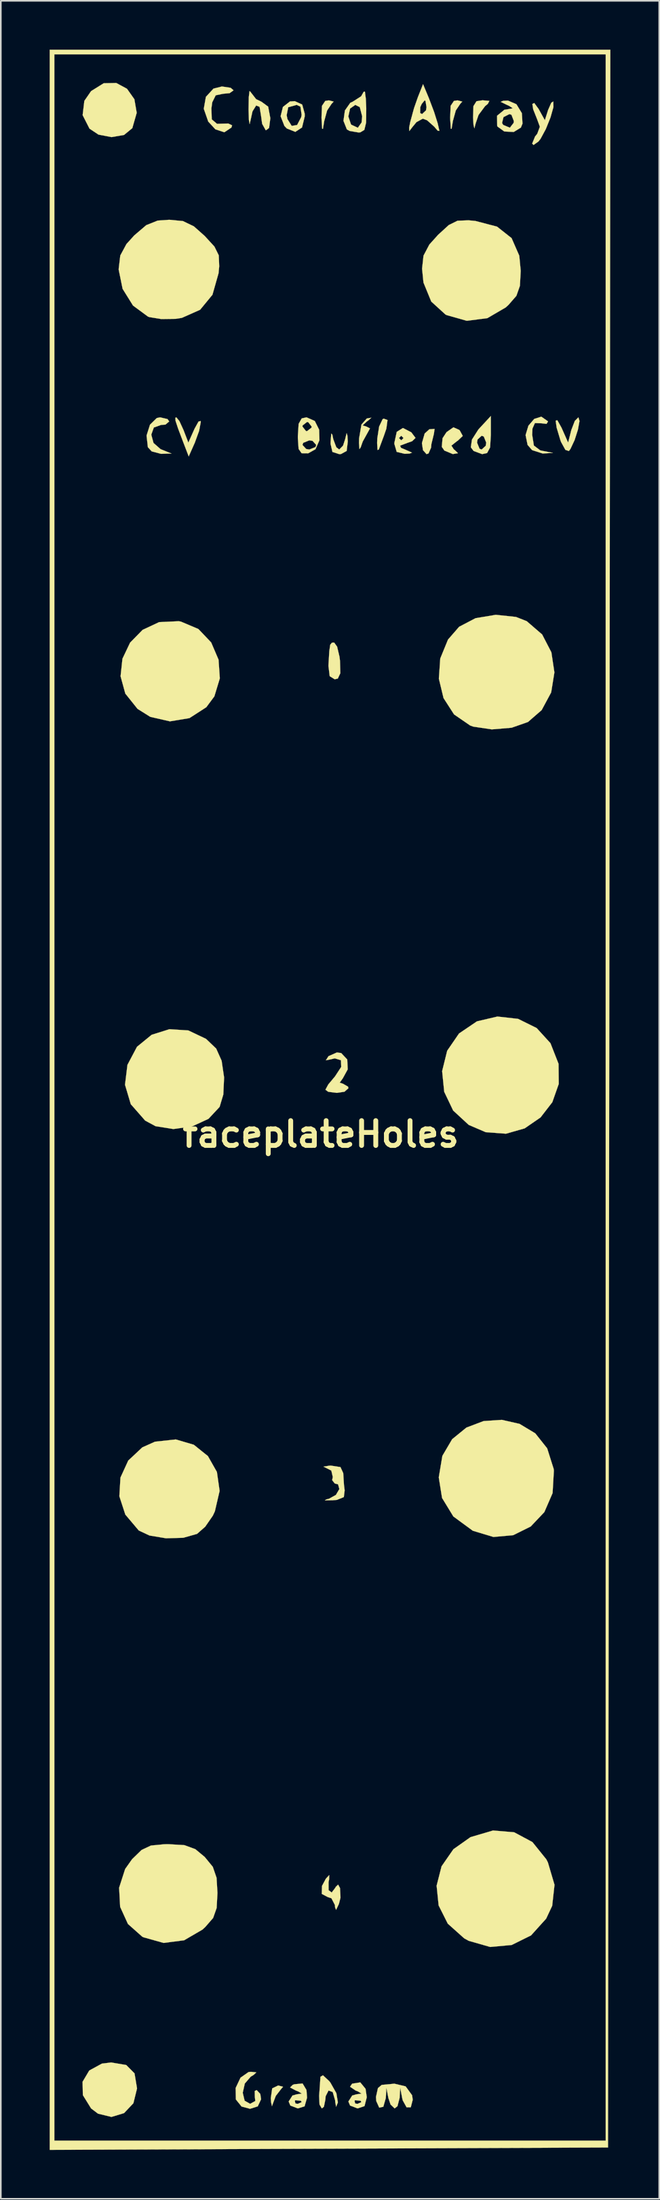
<source format=kicad_pcb>
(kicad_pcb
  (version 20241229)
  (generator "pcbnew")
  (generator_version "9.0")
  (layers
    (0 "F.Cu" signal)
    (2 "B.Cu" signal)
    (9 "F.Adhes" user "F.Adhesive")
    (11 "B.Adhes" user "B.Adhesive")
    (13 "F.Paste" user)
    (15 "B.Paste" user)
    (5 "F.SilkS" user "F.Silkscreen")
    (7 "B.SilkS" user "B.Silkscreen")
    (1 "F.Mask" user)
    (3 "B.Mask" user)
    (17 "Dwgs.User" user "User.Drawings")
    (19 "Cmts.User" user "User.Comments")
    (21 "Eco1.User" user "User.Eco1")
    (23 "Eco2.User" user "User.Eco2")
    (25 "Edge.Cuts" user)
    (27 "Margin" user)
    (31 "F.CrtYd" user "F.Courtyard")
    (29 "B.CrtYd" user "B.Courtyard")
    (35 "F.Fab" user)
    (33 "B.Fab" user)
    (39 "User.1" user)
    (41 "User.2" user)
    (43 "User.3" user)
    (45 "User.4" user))
  (footprint "faceplateHoles"
    (layer "F.Cu")
    (at 16.656 66.609)
    (property "Reference" "faceplateHoles" (at 0 0 0) (layer "F.SilkS") (effects (font (size 1.524 1.524) (thickness 0.3))))
    (attr through_hole)
    (fp_poly (pts (xy -2.611 58.424) (xy -2.32 58.502) (xy -2.437 58.636) (xy -2.768 59.064) (xy -2.898 59.408) (xy -3.001 59.693) (xy -3.057 59.452) (xy -3.072 59.196) (xy -2.987 58.601) (xy -2.623 58.424) (xy -2.611 58.424)) (stroke (width 0.01) (type solid)) (fill yes) (layer "F.SilkS"))
    (fp_poly (pts (xy 6.946 -43.019) (xy 6.79 -42.383) (xy 6.773 -42.169) (xy 6.613 -41.809) (xy 6.491 -41.769) (xy 6.276 -42.009) (xy 6.209 -42.444) (xy 6.379 -43.035) (xy 6.664 -43.294) (xy 6.986 -43.317) (xy 6.946 -43.019)) (stroke (width 0.01) (type solid)) (fill yes) (layer "F.SilkS"))
    (fp_poly (pts (xy 0.786 -63.42) (xy 0.66 -63.283) (xy 0.387 -62.875) (xy 0.209 -62.229) (xy 0.127 -61.742) (xy 0.081 -61.757) (xy 0.048 -62.302) (xy 0.042 -62.442) (xy 0.07 -63.158) (xy 0.271 -63.459) (xy 0.494 -63.496) (xy 0.786 -63.42)) (stroke (width 0.01) (type solid)) (fill yes) (layer "F.SilkS"))
    (fp_poly (pts (xy 4.096 -43.863) (xy 4.024 -43.331) (xy 3.875 -42.898) (xy 3.627 -42.232) (xy 3.561 -42.051) (xy 3.481 -42.024) (xy 3.458 -42.456) (xy 3.468 -42.735) (xy 3.582 -43.465) (xy 3.792 -43.908) (xy 3.858 -43.95) (xy 4.096 -43.863)) (stroke (width 0.01) (type solid)) (fill yes) (layer "F.SilkS"))
    (fp_poly (pts (xy 8.688 -63.42) (xy 8.563 -63.283) (xy 8.29 -62.875) (xy 8.111 -62.229) (xy 8.03 -61.742) (xy 7.983 -61.757) (xy 7.95 -62.302) (xy 7.945 -62.442) (xy 7.973 -63.158) (xy 8.174 -63.459) (xy 8.396 -63.496) (xy 8.688 -63.42)) (stroke (width 0.01) (type solid)) (fill yes) (layer "F.SilkS"))
    (fp_poly (pts (xy 10.351 -63.462) (xy 10.256 -63.278) (xy 10.093 -63.147) (xy 9.687 -62.6) (xy 9.513 -62.089) (xy 9.43 -61.778) (xy 9.376 -62.002) (xy 9.352 -62.442) (xy 9.373 -63.142) (xy 9.562 -63.442) (xy 9.932 -63.5) (xy 10.351 -63.462)) (stroke (width 0.01) (type solid)) (fill yes) (layer "F.SilkS"))
    (fp_poly (pts (xy -11.951 57.166) (xy -11.443 57.679) (xy -11.289 58.602) (xy -11.513 59.512) (xy -12.086 60.118) (xy -12.859 60.353) (xy -13.685 60.153) (xy -14.111 59.831) (xy -14.616 59.015) (xy -14.634 58.193) (xy -14.224 57.503) (xy -13.447 57.079) (xy -12.877 57.009) (xy -11.951 57.166)) (stroke (width 0.01) (type solid)) (fill yes) (layer "F.SilkS"))
    (fp_poly (pts (xy 0.999 -29.947) (xy 1.147 -29.322) (xy 1.177 -29.069) (xy 1.198 -28.315) (xy 1.043 -27.985) (xy 0.854 -27.94) (xy 0.545 -28.13) (xy 0.468 -28.757) (xy 0.472 -28.857) (xy 0.52 -29.665) (xy 0.576 -30.058) (xy 0.678 -30.186) (xy 0.817 -30.198) (xy 0.999 -29.947)) (stroke (width 0.01) (type solid)) (fill yes) (layer "F.SilkS"))
    (fp_poly (pts (xy 17.71 -2.187) (xy 17.639 62.23) (xy 0.494 62.303) (xy -16.651 62.375) (xy -16.651 -66.322) (xy -16.369 -66.322) (xy -16.369 61.807) (xy 17.498 61.807) (xy 17.498 -66.322) (xy -16.369 -66.322) (xy -16.651 -66.322) (xy -16.651 -66.604) (xy 17.781 -66.604) (xy 17.71 -2.187)) (stroke (width 0.01) (type solid)) (fill yes) (layer "F.SilkS"))
    (fp_poly (pts (xy -11.905 -64.206) (xy -11.452 -63.564) (xy -11.309 -62.731) (xy -11.577 -61.796) (xy -11.581 -61.788) (xy -12.086 -61.372) (xy -12.854 -61.239) (xy -13.658 -61.392) (xy -14.208 -61.758) (xy -14.63 -62.588) (xy -14.525 -63.465) (xy -14.111 -64.064) (xy -13.335 -64.547) (xy -12.566 -64.563) (xy -11.905 -64.206)) (stroke (width 0.01) (type solid)) (fill yes) (layer "F.SilkS"))
    (fp_poly (pts (xy 2.91 -43.833) (xy 2.822 -43.77) (xy 2.564 -43.53) (xy 2.786 -43.467) (xy 3.019 -43.348) (xy 2.887 -43.109) (xy 2.573 -42.541) (xy 2.451 -42.192) (xy 2.371 -42.077) (xy 2.343 -42.447) (xy 2.35 -42.735) (xy 2.496 -43.587) (xy 2.822 -43.956) (xy 3.102 -44.006) (xy 2.91 -43.833)) (stroke (width 0.01) (type solid)) (fill yes) (layer "F.SilkS"))
    (fp_poly (pts (xy 8.498 -43.258) (xy 8.535 -43.221) (xy 8.717 -42.886) (xy 8.408 -42.591) (xy 8.362 -42.565) (xy 8.019 -42.291) (xy 8.173 -42.054) (xy 8.221 -42.022) (xy 8.424 -41.827) (xy 8.105 -41.773) (xy 7.589 -41.988) (xy 7.431 -42.214) (xy 7.476 -42.745) (xy 7.721 -43.119) (xy 8.143 -43.415) (xy 8.498 -43.258)) (stroke (width 0.01) (type solid)) (fill yes) (layer "F.SilkS"))
    (fp_poly (pts (xy -8.686 -43.795) (xy -8.436 -43.251) (xy -8.137 -42.474) (xy -7.76 -43.321) (xy -7.511 -43.772) (xy -7.379 -43.798) (xy -7.373 -43.744) (xy -7.476 -43.199) (xy -7.737 -42.48) (xy -7.739 -42.474) (xy -8.115 -41.628) (xy -8.44 -42.474) (xy -8.769 -43.345) (xy -8.923 -43.813) (xy -8.936 -43.999) (xy -8.874 -44.027) (xy -8.686 -43.795)) (stroke (width 0.01) (type solid)) (fill yes) (layer "F.SilkS"))
    (fp_poly (pts (xy 1.632 -42.91) (xy 1.655 -42.545) (xy 1.586 -41.964) (xy 1.235 -41.773) (xy 1.129 -41.769) (xy 0.713 -41.903) (xy 0.599 -42.399) (xy 0.603 -42.545) (xy 0.641 -43.029) (xy 0.702 -42.977) (xy 0.764 -42.686) (xy 0.95 -42.191) (xy 1.129 -42.051) (xy 1.364 -42.29) (xy 1.494 -42.686) (xy 1.584 -43.058) (xy 1.632 -42.91)) (stroke (width 0.01) (type solid)) (fill yes) (layer "F.SilkS"))
    (fp_poly (pts (xy -9.417 -43.921) (xy -9.313 -43.776) (xy -9.544 -43.582) (xy -9.807 -43.564) (xy -10.257 -43.404) (xy -10.415 -42.964) (xy -10.276 -42.452) (xy -9.84 -42.072) (xy -9.827 -42.067) (xy -9.172 -41.805) (xy -9.816 -41.787) (xy -10.387 -41.937) (xy -10.623 -42.193) (xy -10.704 -42.908) (xy -10.493 -43.576) (xy -10.077 -43.984) (xy -9.872 -44.027) (xy -9.417 -43.921)) (stroke (width 0.01) (type solid)) (fill yes) (layer "F.SilkS"))
    (fp_poly (pts (xy 15.888 -43.802) (xy 15.79 -43.267) (xy 15.586 -42.628) (xy 15.335 -42.094) (xy 15.237 -41.959) (xy 15.02 -42.032) (xy 14.756 -42.513) (xy 14.711 -42.636) (xy 14.483 -43.399) (xy 14.425 -43.825) (xy 14.528 -43.846) (xy 14.782 -43.394) (xy 14.814 -43.321) (xy 15.19 -42.474) (xy 15.386 -43.251) (xy 15.602 -43.811) (xy 15.82 -44.027) (xy 15.888 -43.802)) (stroke (width 0.01) (type solid)) (fill yes) (layer "F.SilkS"))
    (fp_poly (pts (xy -8.597 -31.484) (xy -7.521 -31.028) (xy -6.735 -30.203) (xy -6.283 -29.147) (xy -6.204 -27.997) (xy -6.539 -26.892) (xy -7.034 -26.225) (xy -8.07 -25.556) (xy -9.269 -25.357) (xy -10.477 -25.634) (xy -11.258 -26.123) (xy -12.009 -27.062) (xy -12.3 -28.125) (xy -12.185 -29.204) (xy -11.716 -30.19) (xy -10.948 -30.975) (xy -9.935 -31.45) (xy -8.73 -31.507) (xy -8.597 -31.484)) (stroke (width 0.01) (type solid)) (fill yes) (layer "F.SilkS"))
    (fp_poly (pts (xy -8.141 -6.374) (xy -7.052 -5.857) (xy -6.427 -5.259) (xy -6.093 -4.513) (xy -5.942 -3.487) (xy -5.99 -2.437) (xy -6.217 -1.678) (xy -6.901 -0.945) (xy -7.91 -0.48) (xy -9.057 -0.318) (xy -10.153 -0.494) (xy -10.789 -0.837) (xy -11.673 -1.845) (xy -12.028 -3.039) (xy -11.878 -4.261) (xy -11.292 -5.37) (xy -10.389 -6.108) (xy -9.296 -6.45) (xy -8.141 -6.374)) (stroke (width 0.01) (type solid)) (fill yes) (layer "F.SilkS"))
    (fp_poly (pts (xy 12.115 -7.085) (xy 13.256 -6.521) (xy 14.104 -5.591) (xy 14.601 -4.325) (xy 14.614 -3.091) (xy 14.219 -1.967) (xy 13.495 -1.031) (xy 12.52 -0.36) (xy 11.371 -0.032) (xy 10.126 -0.125) (xy 9.085 -0.572) (xy 8.128 -1.455) (xy 7.579 -2.604) (xy 7.451 -3.875) (xy 7.761 -5.128) (xy 8.488 -6.187) (xy 9.59 -6.933) (xy 10.846 -7.227) (xy 12.115 -7.085)) (stroke (width 0.01) (type solid)) (fill yes) (layer "F.SilkS"))
    (fp_poly (pts (xy 13.941 -43.791) (xy 13.954 -43.771) (xy 13.863 -43.627) (xy 13.547 -43.663) (xy 13.149 -43.676) (xy 12.998 -43.337) (xy 12.982 -42.95) (xy 13.086 -42.294) (xy 13.474 -42.002) (xy 13.617 -41.968) (xy 14.252 -41.846) (xy 13.627 -41.807) (xy 12.977 -42.015) (xy 12.7 -42.333) (xy 12.576 -42.939) (xy 12.75 -43.514) (xy 13.109 -43.933) (xy 13.543 -44.068) (xy 13.941 -43.791)) (stroke (width 0.01) (type solid)) (fill yes) (layer "F.SilkS"))
    (fp_poly (pts (xy -7.802 19.071) (xy -6.936 19.767) (xy -6.383 20.743) (xy -6.217 21.905) (xy -6.509 23.163) (xy -6.635 23.43) (xy -7.101 24.104) (xy -7.604 24.545) (xy -8.452 24.785) (xy -9.511 24.814) (xy -10.522 24.646) (xy -11.185 24.335) (xy -12.008 23.36) (xy -12.375 22.234) (xy -12.307 21.086) (xy -11.83 20.043) (xy -10.965 19.232) (xy -10.188 18.884) (xy -8.91 18.745) (xy -7.802 19.071)) (stroke (width 0.01) (type solid)) (fill yes) (layer "F.SilkS"))
    (fp_poly (pts (xy -5.541 -64.267) (xy -5.362 -64.113) (xy -5.601 -63.938) (xy -5.997 -63.901) (xy -6.456 -63.807) (xy -6.669 -63.379) (xy -6.721 -63.006) (xy -6.699 -62.327) (xy -6.377 -62.054) (xy -5.687 -62.074) (xy -5.449 -61.961) (xy -5.492 -61.826) (xy -5.926 -61.536) (xy -6.475 -61.715) (xy -6.915 -62.192) (xy -7.189 -62.978) (xy -7.06 -63.71) (xy -6.595 -64.216) (xy -6.075 -64.347) (xy -5.541 -64.267)) (stroke (width 0.01) (type solid)) (fill yes) (layer "F.SilkS"))
    (fp_poly (pts (xy 0.507 58.145) (xy 0.585 58.241) (xy 0.954 58.893) (xy 1.046 59.456) (xy 1.041 59.479) (xy 0.939 59.729) (xy 0.885 59.441) (xy 0.879 59.337) (xy 0.729 58.823) (xy 0.473 58.732) (xy 0.294 59.085) (xy 0.282 59.267) (xy 0.189 59.726) (xy 0.061 59.831) (xy -0.081 59.589) (xy -0.103 59.055) (xy -0.052 58.33) (xy -0.023 57.888) (xy 0.131 57.798) (xy 0.507 58.145)) (stroke (width 0.01) (type solid)) (fill yes) (layer "F.SilkS"))
    (fp_poly (pts (xy 0.509 45.764) (xy 0.474 45.932) (xy 0.477 46.426) (xy 0.667 46.57) (xy 0.9 46.265) (xy 0.912 46.228) (xy 1.062 46.086) (xy 1.179 46.299) (xy 1.208 46.885) (xy 1.11 47.272) (xy 0.938 47.635) (xy 0.874 47.48) (xy 0.867 47.343) (xy 0.651 46.924) (xy 0.423 46.849) (xy 0.059 46.656) (xy 0.072 46.165) (xy 0.311 45.72) (xy 0.515 45.5) (xy 0.509 45.764)) (stroke (width 0.01) (type solid)) (fill yes) (layer "F.SilkS"))
    (fp_poly (pts (xy 11.876 42.873) (xy 12.996 43.472) (xy 13.849 44.531) (xy 13.946 44.721) (xy 14.353 46.097) (xy 14.21 47.388) (xy 13.84 48.176) (xy 12.913 49.203) (xy 11.723 49.793) (xy 10.404 49.915) (xy 9.084 49.538) (xy 8.802 49.382) (xy 7.797 48.483) (xy 7.236 47.366) (xy 7.112 46.152) (xy 7.416 44.96) (xy 8.143 43.912) (xy 9.195 43.169) (xy 10.579 42.762) (xy 11.876 42.873)) (stroke (width 0.01) (type solid)) (fill yes) (layer "F.SilkS"))
    (fp_poly (pts (xy -4.327 -64.023) (xy -3.976 -63.57) (xy -3.654 -63.414) (xy -3.235 -63.109) (xy -3.105 -62.414) (xy -3.104 -62.381) (xy -3.179 -61.802) (xy -3.371 -61.657) (xy -3.387 -61.666) (xy -3.605 -62.055) (xy -3.669 -62.529) (xy -3.762 -63.096) (xy -3.973 -63.18) (xy -4.198 -62.819) (xy -4.311 -62.301) (xy -4.373 -62.035) (xy -4.418 -62.289) (xy -4.438 -62.936) (xy -4.425 -63.69) (xy -4.38 -64.067) (xy -4.327 -64.023)) (stroke (width 0.01) (type solid)) (fill yes) (layer "F.SilkS"))
    (fp_poly (pts (xy 11.987 -31.769) (xy 12.646 -31.509) (xy 13.594 -30.692) (xy 14.161 -29.597) (xy 14.346 -28.364) (xy 14.148 -27.134) (xy 13.563 -26.047) (xy 12.722 -25.317) (xy 11.717 -24.965) (xy 10.499 -24.864) (xy 9.368 -25.032) (xy 9.172 -25.102) (xy 8.183 -25.782) (xy 7.537 -26.786) (xy 7.25 -27.977) (xy 7.336 -29.22) (xy 7.811 -30.379) (xy 8.494 -31.165) (xy 9.501 -31.692) (xy 10.746 -31.9) (xy 11.987 -31.769)) (stroke (width 0.01) (type solid)) (fill yes) (layer "F.SilkS"))
    (fp_poly (pts (xy 12.207 17.789) (xy 13.171 18.37) (xy 13.902 19.29) (xy 14.301 20.553) (xy 14.314 20.662) (xy 14.235 22.04) (xy 13.729 23.207) (xy 12.892 24.091) (xy 11.818 24.624) (xy 10.602 24.735) (xy 9.338 24.354) (xy 9.333 24.351) (xy 8.139 23.474) (xy 7.446 22.339) (xy 7.244 21.075) (xy 7.466 19.751) (xy 8.066 18.73) (xy 8.941 18.017) (xy 9.991 17.619) (xy 11.113 17.541) (xy 12.207 17.789)) (stroke (width 0.01) (type solid)) (fill yes) (layer "F.SilkS"))
    (fp_poly (pts (xy 14.287 -63.085) (xy 14.108 -62.451) (xy 13.819 -61.732) (xy 13.497 -61.136) (xy 13.368 -60.97) (xy 13.063 -60.755) (xy 12.982 -60.843) (xy 13.162 -61.282) (xy 13.291 -61.438) (xy 13.454 -61.875) (xy 13.291 -62.322) (xy 13.046 -62.938) (xy 12.992 -63.27) (xy 13.108 -63.333) (xy 13.375 -62.969) (xy 13.381 -62.957) (xy 13.76 -62.274) (xy 13.961 -62.908) (xy 14.156 -63.35) (xy 14.279 -63.426) (xy 14.287 -63.085)) (stroke (width 0.01) (type solid)) (fill yes) (layer "F.SilkS"))
    (fp_poly (pts (xy 1.206 20.443) (xy 1.376 20.814) (xy 1.42 21.526) (xy 1.464 21.872) (xy 1.412 22.285) (xy 0.99 22.457) (xy 0.706 22.481) (xy 0.248 22.487) (xy 0.348 22.425) (xy 0.494 22.391) (xy 0.925 22.153) (xy 1.138 21.791) (xy 1.058 21.503) (xy 0.856 21.449) (xy 0.695 21.244) (xy 0.735 21.05) (xy 0.644 20.658) (xy 0.373 20.519) (xy 0.164 20.416) (xy 0.512 20.358) (xy 0.617 20.353) (xy 1.206 20.443)) (stroke (width 0.01) (type solid)) (fill yes) (layer "F.SilkS"))
    (fp_poly (pts (xy 10.442 -42.939) (xy 10.396 -42.179) (xy 10.212 -41.837) (xy 9.908 -41.769) (xy 9.383 -41.964) (xy 9.213 -42.189) (xy 9.255 -42.474) (xy 9.596 -42.474) (xy 9.748 -42.099) (xy 9.878 -42.051) (xy 10.128 -42.28) (xy 10.16 -42.474) (xy 10.008 -42.85) (xy 9.878 -42.898) (xy 9.627 -42.669) (xy 9.596 -42.474) (xy 9.255 -42.474) (xy 9.282 -42.662) (xy 9.67 -43.272) (xy 9.747 -43.359) (xy 10.442 -44.109) (xy 10.442 -42.939)) (stroke (width 0.01) (type solid)) (fill yes) (layer "F.SilkS"))
    (fp_poly (pts (xy -3.964 57.617) (xy -4.127 57.773) (xy -4.304 57.878) (xy -4.67 58.303) (xy -4.797 58.87) (xy -4.68 59.358) (xy -4.344 59.549) (xy -4.024 59.375) (xy -4.053 59.126) (xy -4.059 58.762) (xy -3.942 58.702) (xy -3.72 58.939) (xy -3.669 59.267) (xy -3.875 59.704) (xy -4.349 59.854) (xy -4.869 59.714) (xy -5.216 59.283) (xy -5.218 59.277) (xy -5.232 58.575) (xy -4.933 57.942) (xy -4.439 57.597) (xy -4.294 57.582) (xy -3.964 57.617)) (stroke (width 0.01) (type solid)) (fill yes) (layer "F.SilkS"))
    (fp_poly (pts (xy 9.495 -56.088) (xy 10.823 -55.74) (xy 11.717 -55.034) (xy 12.189 -53.955) (xy 12.277 -53.028) (xy 12.228 -52.106) (xy 12.013 -51.492) (xy 11.528 -50.935) (xy 11.355 -50.777) (xy 10.229 -50.12) (xy 8.967 -49.957) (xy 7.727 -50.307) (xy 7.651 -50.347) (xy 6.783 -51.138) (xy 6.305 -52.304) (xy 6.219 -53.157) (xy 6.307 -53.96) (xy 6.666 -54.641) (xy 7.204 -55.239) (xy 7.857 -55.836) (xy 8.394 -56.102) (xy 9.069 -56.129) (xy 9.495 -56.088)) (stroke (width 0.01) (type solid)) (fill yes) (layer "F.SilkS"))
    (fp_poly (pts (xy -8.374 43.664) (xy -7.71 43.907) (xy -7.133 44.386) (xy -6.635 44.994) (xy -6.404 45.668) (xy -6.35 46.596) (xy -6.399 47.519) (xy -6.614 48.132) (xy -7.099 48.69) (xy -7.272 48.848) (xy -8.397 49.504) (xy -9.659 49.667) (xy -10.9 49.318) (xy -10.976 49.277) (xy -11.848 48.502) (xy -12.326 47.453) (xy -12.39 46.279) (xy -12.02 45.128) (xy -11.594 44.525) (xy -11.012 43.958) (xy -10.435 43.686) (xy -9.612 43.606) (xy -9.343 43.603) (xy -8.374 43.664)) (stroke (width 0.01) (type solid)) (fill yes) (layer "F.SilkS"))
    (fp_poly (pts (xy -1.145 -63.237) (xy -0.992 -62.686) (xy -0.988 -62.516) (xy -1.155 -61.831) (xy -1.567 -61.56) (xy -2.088 -61.768) (xy -2.236 -61.922) (xy -2.47 -62.52) (xy -2.454 -62.585) (xy -2.1 -62.585) (xy -2.05 -62.343) (xy -1.789 -61.926) (xy -1.457 -61.982) (xy -1.206 -62.464) (xy -1.18 -62.605) (xy -1.253 -63.109) (xy -1.486 -63.218) (xy -2.003 -63.072) (xy -2.1 -62.585) (xy -2.454 -62.585) (xy -2.328 -63.091) (xy -1.895 -63.428) (xy -1.599 -63.446) (xy -1.145 -63.237)) (stroke (width 0.01) (type solid)) (fill yes) (layer "F.SilkS"))
    (fp_poly (pts (xy 1.251 -4.985) (xy 1.622 -4.59) (xy 1.651 -3.983) (xy 1.355 -3.443) (xy 1.158 -3.163) (xy 1.355 -3.104) (xy 1.672 -2.92) (xy 1.693 -2.822) (xy 1.452 -2.61) (xy 0.988 -2.54) (xy 0.457 -2.606) (xy 0.282 -2.733) (xy 0.457 -3.056) (xy 0.876 -3.559) (xy 0.876 -3.559) (xy 1.253 -4.136) (xy 1.236 -4.545) (xy 0.856 -4.66) (xy 0.626 -4.603) (xy 0.31 -4.539) (xy 0.459 -4.777) (xy 0.475 -4.794) (xy 0.987 -5.021) (xy 1.251 -4.985)) (stroke (width 0.01) (type solid)) (fill yes) (layer "F.SilkS"))
    (fp_poly (pts (xy 2.747 58.627) (xy 2.822 59.142) (xy 2.683 59.687) (xy 2.258 59.831) (xy 1.798 59.655) (xy 1.693 59.408) (xy 1.723 59.361) (xy 2.07 59.361) (xy 2.108 59.529) (xy 2.258 59.549) (xy 2.49 59.446) (xy 2.446 59.361) (xy 2.111 59.327) (xy 2.07 59.361) (xy 1.723 59.361) (xy 1.926 59.04) (xy 2.187 58.965) (xy 2.499 58.923) (xy 2.295 58.795) (xy 2.135 58.731) (xy 1.794 58.498) (xy 1.924 58.311) (xy 2.423 58.232) (xy 2.747 58.627)) (stroke (width 0.01) (type solid)) (fill yes) (layer "F.SilkS"))
    (fp_poly (pts (xy 5.209 58.477) (xy 5.607 59.024) (xy 5.644 59.301) (xy 5.524 59.761) (xy 5.267 59.763) (xy 5.029 59.333) (xy 4.997 59.196) (xy 4.875 58.561) (xy 4.836 59.196) (xy 4.707 59.693) (xy 4.535 59.831) (xy 4.284 59.592) (xy 4.15 59.196) (xy 4.028 58.561) (xy 3.99 59.196) (xy 3.838 59.729) (xy 3.587 59.783) (xy 3.404 59.377) (xy 3.387 59.126) (xy 3.508 58.582) (xy 3.739 58.387) (xy 4.345 58.329) (xy 4.516 58.312) (xy 5.209 58.477)) (stroke (width 0.01) (type solid)) (fill yes) (layer "F.SilkS"))
    (fp_poly (pts (xy 5.553 -43.11) (xy 5.562 -43.101) (xy 5.815 -42.765) (xy 5.609 -42.563) (xy 5.323 -42.462) (xy 4.867 -42.29) (xy 4.924 -42.155) (xy 5.221 -42.029) (xy 5.599 -41.861) (xy 5.447 -41.801) (xy 5.151 -41.789) (xy 4.66 -41.907) (xy 4.516 -42.399) (xy 4.516 -42.458) (xy 4.581 -42.757) (xy 4.798 -42.757) (xy 4.939 -42.616) (xy 5.08 -42.757) (xy 4.939 -42.898) (xy 4.798 -42.757) (xy 4.581 -42.757) (xy 4.664 -43.137) (xy 5.042 -43.374) (xy 5.553 -43.11)) (stroke (width 0.01) (type solid)) (fill yes) (layer "F.SilkS"))
    (fp_poly (pts (xy -8.47 -56.081) (xy -7.799 -55.758) (xy -7.133 -55.167) (xy -6.535 -54.514) (xy -6.269 -53.977) (xy -6.242 -53.302) (xy -6.283 -52.876) (xy -6.656 -51.558) (xy -7.415 -50.635) (xy -8.536 -50.137) (xy -8.917 -50.077) (xy -9.798 -50.064) (xy -10.53 -50.184) (xy -10.615 -50.215) (xy -11.535 -50.891) (xy -12.175 -51.919) (xy -12.418 -53.11) (xy -12.418 -53.124) (xy -12.318 -53.968) (xy -11.94 -54.67) (xy -11.458 -55.203) (xy -10.721 -55.832) (xy -10.021 -56.111) (xy -9.313 -56.162) (xy -8.47 -56.081)) (stroke (width 0.01) (type solid)) (fill yes) (layer "F.SilkS"))
    (fp_poly (pts (xy -0.882 58.699) (xy -0.847 59.173) (xy -0.999 59.701) (xy -1.411 59.831) (xy -1.871 59.655) (xy -1.976 59.408) (xy -1.946 59.361) (xy -1.599 59.361) (xy -1.561 59.529) (xy -1.411 59.549) (xy -1.179 59.446) (xy -1.223 59.361) (xy -1.558 59.327) (xy -1.599 59.361) (xy -1.946 59.361) (xy -1.743 59.04) (xy -1.482 58.965) (xy -1.169 58.923) (xy -1.372 58.796) (xy -1.532 58.732) (xy -1.889 58.543) (xy -1.732 58.389) (xy -1.63 58.348) (xy -1.121 58.3) (xy -0.882 58.699)) (stroke (width 0.01) (type solid)) (fill yes) (layer "F.SilkS"))
    (fp_poly (pts (xy 2.764 -63.588) (xy 2.789 -63.006) (xy 2.78 -62.13) (xy 2.673 -61.683) (xy 2.426 -61.532) (xy 2.305 -61.524) (xy 1.768 -61.617) (xy 1.599 -61.713) (xy 1.39 -62.239) (xy 1.428 -62.505) (xy 1.689 -62.505) (xy 1.848 -62.031) (xy 1.881 -61.995) (xy 2.273 -61.812) (xy 2.504 -62.138) (xy 2.54 -62.512) (xy 2.393 -63.08) (xy 2.117 -63.218) (xy 1.796 -62.993) (xy 1.689 -62.505) (xy 1.428 -62.505) (xy 1.48 -62.876) (xy 1.809 -63.344) (xy 1.96 -63.414) (xy 2.475 -63.744) (xy 2.633 -64.023) (xy 2.706 -64.036) (xy 2.764 -63.588)) (stroke (width 0.01) (type solid)) (fill yes) (layer "F.SilkS"))
    (fp_poly (pts (xy 6.632 -63.641) (xy 6.953 -62.793) (xy 7.176 -62.089) (xy 7.283 -61.618) (xy 7.173 -61.636) (xy 6.969 -61.877) (xy 6.526 -62.272) (xy 6.262 -62.371) (xy 5.875 -62.159) (xy 5.641 -61.877) (xy 5.437 -61.61) (xy 5.423 -61.812) (xy 5.488 -62.147) (xy 5.642 -62.713) (xy 6.101 -62.713) (xy 6.218 -62.653) (xy 6.46 -62.882) (xy 6.491 -63.077) (xy 6.431 -63.453) (xy 6.38 -63.5) (xy 6.198 -63.279) (xy 6.107 -63.077) (xy 6.101 -62.713) (xy 5.642 -62.713) (xy 5.723 -63.011) (xy 5.964 -63.699) (xy 6.278 -64.488) (xy 6.632 -63.641)) (stroke (width 0.01) (type solid)) (fill yes) (layer "F.SilkS"))
    (fp_poly (pts (xy 12.014 -63.257) (xy 12.348 -62.708) (xy 12.386 -62.065) (xy 12.287 -61.823) (xy 11.85 -61.555) (xy 11.27 -61.584) (xy 10.854 -61.885) (xy 10.832 -61.934) (xy 10.83 -62.105) (xy 11.131 -62.105) (xy 11.202 -61.987) (xy 11.612 -61.815) (xy 11.845 -62.118) (xy 11.853 -62.23) (xy 11.71 -62.606) (xy 11.588 -62.653) (xy 11.219 -62.467) (xy 11.131 -62.105) (xy 10.83 -62.105) (xy 10.826 -62.552) (xy 11.272 -62.917) (xy 11.517 -62.955) (xy 11.793 -63.007) (xy 11.559 -63.161) (xy 11.43 -63.218) (xy 11.047 -63.404) (xy 11.196 -63.467) (xy 11.495 -63.48) (xy 12.014 -63.257)) (stroke (width 0.01) (type solid)) (fill yes) (layer "F.SilkS"))
    (fp_poly (pts (xy -0.37 -43.803) (xy -0.103 -43.267) (xy -0.086 -42.622) (xy -0.328 -42.07) (xy -0.776 -41.82) (xy -1.182 -41.824) (xy -1.365 -42.088) (xy -1.382 -42.333) (xy -1.129 -42.333) (xy -0.9 -42.083) (xy -0.706 -42.051) (xy -0.33 -42.204) (xy -0.282 -42.333) (xy -0.511 -42.584) (xy -0.706 -42.616) (xy -1.081 -42.463) (xy -1.129 -42.333) (xy -1.382 -42.333) (xy -1.411 -42.753) (xy -1.411 -42.878) (xy -1.373 -43.462) (xy -1.129 -43.462) (xy -0.914 -43.188) (xy -0.847 -43.18) (xy -0.573 -43.395) (xy -0.564 -43.462) (xy -0.779 -43.736) (xy -0.847 -43.744) (xy -1.121 -43.53) (xy -1.129 -43.462) (xy -1.373 -43.462) (xy -1.363 -43.629) (xy -1.173 -43.964) (xy -0.877 -44.027) (xy -0.37 -43.803)) (stroke (width 0.01) (type solid)) (fill yes) (layer "F.SilkS")))
  (gr_rect
    (start -3 -3)
    (end 37.442 131.99)
    (stroke (width 0.1) (type default))
    (fill no)
    (layer "Edge.Cuts")))
</source>
